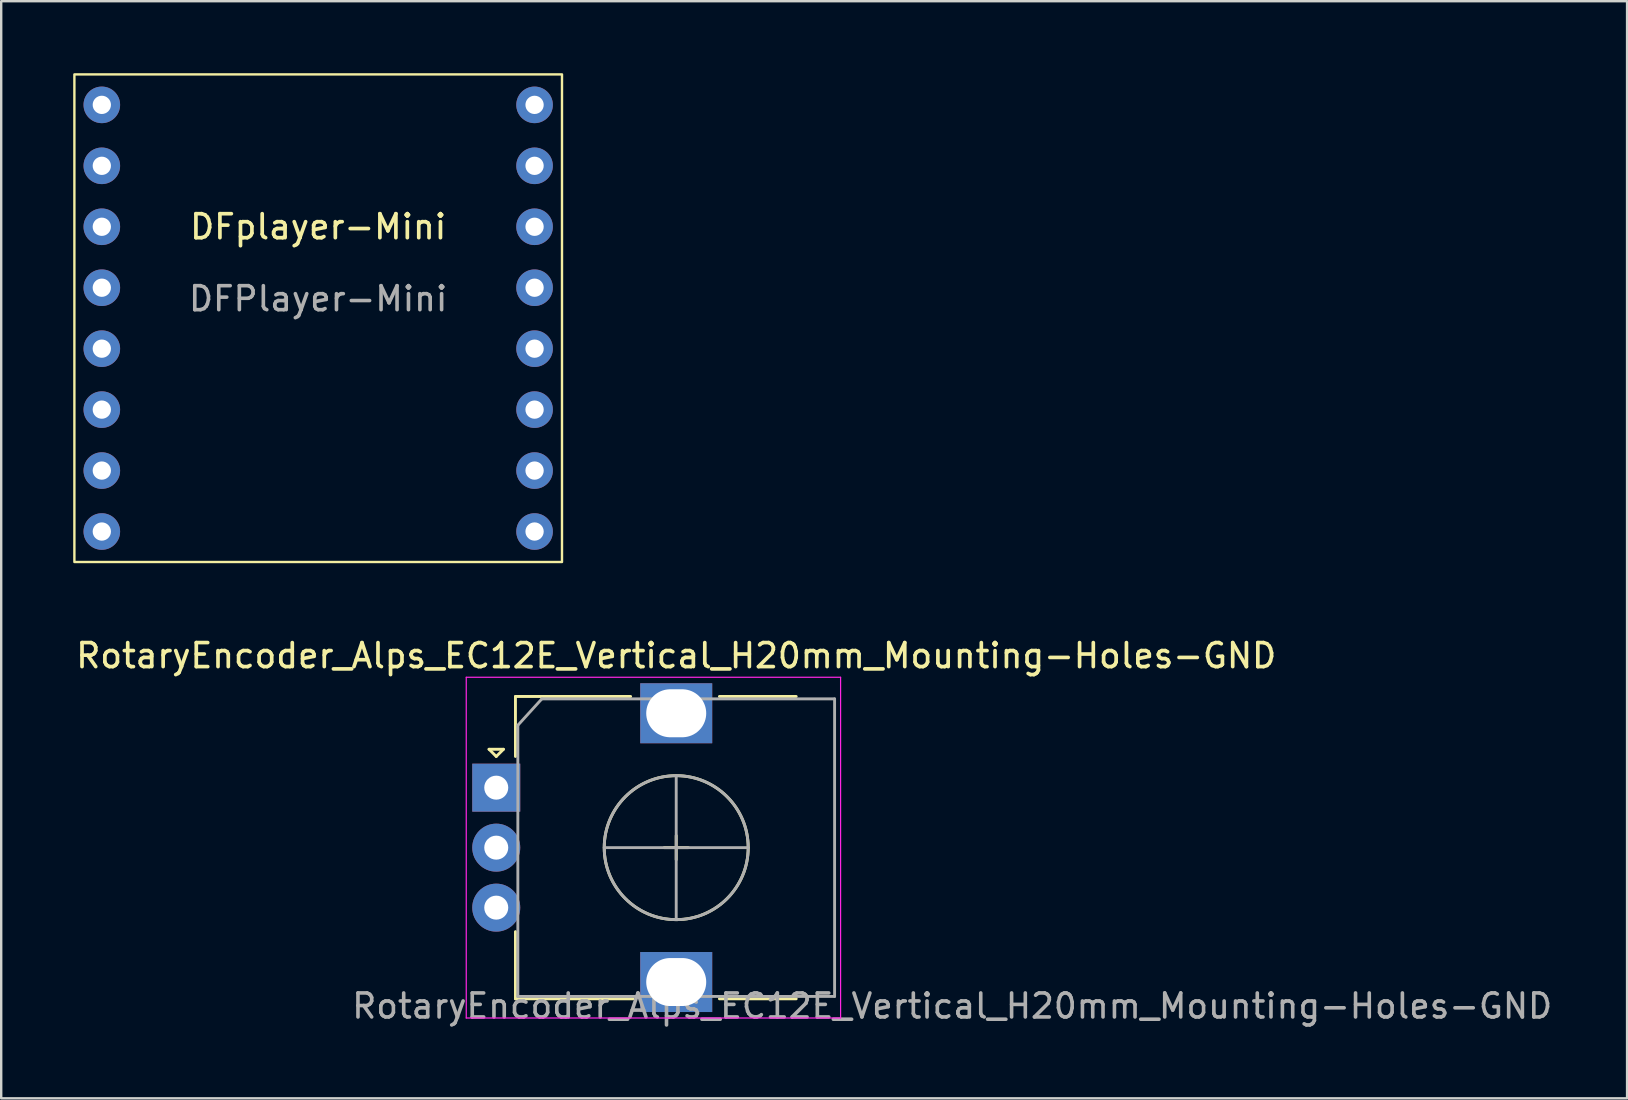
<source format=kicad_pcb>
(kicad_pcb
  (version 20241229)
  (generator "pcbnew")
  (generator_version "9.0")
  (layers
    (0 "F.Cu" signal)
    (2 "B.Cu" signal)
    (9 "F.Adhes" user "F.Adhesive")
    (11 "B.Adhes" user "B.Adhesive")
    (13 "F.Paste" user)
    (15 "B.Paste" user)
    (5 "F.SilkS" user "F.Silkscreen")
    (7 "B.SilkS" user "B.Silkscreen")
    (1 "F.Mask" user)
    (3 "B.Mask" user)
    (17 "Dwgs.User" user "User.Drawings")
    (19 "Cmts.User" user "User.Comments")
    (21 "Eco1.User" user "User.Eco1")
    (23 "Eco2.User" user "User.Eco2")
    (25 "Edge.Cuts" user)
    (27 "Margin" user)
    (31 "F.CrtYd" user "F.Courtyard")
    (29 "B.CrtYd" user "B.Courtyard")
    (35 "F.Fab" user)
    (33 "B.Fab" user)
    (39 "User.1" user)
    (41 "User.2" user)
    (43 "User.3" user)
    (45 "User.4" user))
  (footprint "RotaryEncoder_Alps_EC12E_Vertical_H20mm_Mounting-Holes-GND"
    (layer "F.Cu")
    (at 25.13 32.274)
    (property "Reference" "RotaryEncoder_Alps_EC12E_Vertical_H20mm_Mounting-Holes-GND" (at 0 -8 0) (unlocked yes) (layer "F.SilkS") (effects (font (size 1 1) (thickness 0.153))))
    (attr through_hole)
    (fp_line (start -7.8 -4.1) (end -7.2 -4.1) (stroke (width 0.12) (type solid)) (layer "F.SilkS"))
    (fp_line (start -7.5 -3.8) (end -7.8 -4.1) (stroke (width 0.12) (type solid)) (layer "F.SilkS"))
    (fp_line (start -7.2 -4.1) (end -7.5 -3.8) (stroke (width 0.12) (type solid)) (layer "F.SilkS"))
    (fp_line (start -6.7 -6.3) (end -6.7 -3.8) (stroke (width 0.12) (type solid)) (layer "F.SilkS"))
    (fp_line (start -6.7 6.3) (end -6.7 3.5) (stroke (width 0.12) (type solid)) (layer "F.SilkS"))
    (fp_line (start -1.9 -6.3) (end -6.7 -6.3) (stroke (width 0.12) (type solid)) (layer "F.SilkS"))
    (fp_line (start -1.8 6.3) (end -6.7 6.3) (stroke (width 0.12) (type solid)) (layer "F.SilkS"))
    (fp_line (start -0.5 0) (end 0.5 0) (stroke (width 0.12) (type solid)) (layer "F.SilkS"))
    (fp_line (start 0 -0.5) (end 0 0.5) (stroke (width 0.12) (type solid)) (layer "F.SilkS"))
    (fp_line (start 1.8 -6.3) (end 5 -6.3) (stroke (width 0.12) (type solid)) (layer "F.SilkS"))
    (fp_line (start 5 6.3) (end 1.8 6.3) (stroke (width 0.12) (type solid)) (layer "F.SilkS"))
    (fp_circle (center 0 0) (end 3 0) (stroke (width 0.12) (type solid)) (fill no) (layer "F.SilkS"))
    (fp_line (start -8.75 -7.1) (end -8.75 7.1) (stroke (width 0.05) (type solid)) (layer "F.CrtYd"))
    (fp_line (start -8.75 -7.1) (end 6.85 -7.1) (stroke (width 0.05) (type solid)) (layer "F.CrtYd"))
    (fp_line (start 6.85 7.1) (end -8.75 7.1) (stroke (width 0.05) (type solid)) (layer "F.CrtYd"))
    (fp_line (start 6.85 7.1) (end 6.85 -7.1) (stroke (width 0.05) (type solid)) (layer "F.CrtYd"))
    (fp_line (start -6.6 -5.1) (end -5.6 -6.2) (stroke (width 0.12) (type solid)) (layer "F.Fab"))
    (fp_line (start -6.6 6.2) (end -6.6 -5.1) (stroke (width 0.12) (type solid)) (layer "F.Fab"))
    (fp_line (start -5.6 -6.2) (end 6.6 -6.2) (stroke (width 0.12) (type solid)) (layer "F.Fab"))
    (fp_line (start -3 0) (end 3 0) (stroke (width 0.12) (type solid)) (layer "F.Fab"))
    (fp_line (start 0 -3) (end 0 3) (stroke (width 0.12) (type solid)) (layer "F.Fab"))
    (fp_line (start 6.6 -6.2) (end 6.6 6.2) (stroke (width 0.12) (type solid)) (layer "F.Fab"))
    (fp_line (start 6.6 6.2) (end -6.6 6.2) (stroke (width 0.12) (type solid)) (layer "F.Fab"))
    (fp_circle (center 0 0) (end 3 0) (stroke (width 0.12) (type solid)) (fill no) (layer "F.Fab"))
    (fp_text user "${REFERENCE}" (at 11.5 6.6 0) (layer "F.Fab") (effects (font (size 1 1) (thickness 0.15))))
    (pad "A" thru_hole rect (at -7.5 -2.5) (size 2 2) (drill 1) (layers "*.Cu" "*.Mask"))
    (pad "B" thru_hole circle (at -7.5 2.5) (size 2 2) (drill 1) (layers "*.Cu" "*.Mask"))
    (pad "C" thru_hole circle (at -7.5 0) (size 2 2) (drill 1) (layers "*.Cu" "*.Mask"))
    (pad "C" thru_hole rect (at 0 -5.6) (size 3 2.5) (drill oval 2.5 2) (layers "*.Cu" "*.Mask"))
    (pad "C" thru_hole rect (at 0 5.6) (size 3 2.5) (drill oval 2.5 2) (layers "*.Cu" "*.Mask")))
  (footprint "DFplayer-Mini"
    (layer "F.Cu")
    (at 10.21 10.21)
    (property "Reference" "DFplayer-Mini" (at 0 -3.81 0) (unlocked yes) (layer "F.SilkS") (effects (font (size 1 1) (thickness 0.153))))
    (attr through_hole)
    (fp_rect (start -10.16 -10.16) (end 10.16 10.16) (stroke (width 0.1) (type default)) (fill no) (layer "F.SilkS"))
    (fp_text user "DFPlayer-Mini" (at 0 -0.81 0) (unlocked yes) (layer "F.Fab") (effects (font (size 1 1) (thickness 0.15))))
    (pad "1" thru_hole circle (at -9.017 -8.89) (size 1.524 1.524) (drill 0.762) (layers "*.Cu" "*.Mask"))
    (pad "2" thru_hole circle (at -9.017 -6.35) (size 1.524 1.524) (drill 0.762) (layers "*.Cu" "*.Mask"))
    (pad "3" thru_hole circle (at -9.017 -3.81) (size 1.524 1.524) (drill 0.762) (layers "*.Cu" "*.Mask"))
    (pad "4" thru_hole circle (at -9.017 -1.27) (size 1.524 1.524) (drill 0.762) (layers "*.Cu" "*.Mask"))
    (pad "5" thru_hole circle (at -9.017 1.27) (size 1.524 1.524) (drill 0.762) (layers "*.Cu" "*.Mask"))
    (pad "6" thru_hole circle (at -9.017 3.81) (size 1.524 1.524) (drill 0.762) (layers "*.Cu" "*.Mask"))
    (pad "7" thru_hole circle (at -9.017 6.35) (size 1.524 1.524) (drill 0.762) (layers "*.Cu" "*.Mask"))
    (pad "8" thru_hole circle (at -9.017 8.89) (size 1.524 1.524) (drill 0.762) (layers "*.Cu" "*.Mask"))
    (pad "9" thru_hole circle (at 9.017 8.89) (size 1.524 1.524) (drill 0.762) (layers "*.Cu" "*.Mask"))
    (pad "10" thru_hole circle (at 9.017 6.35) (size 1.524 1.524) (drill 0.762) (layers "*.Cu" "*.Mask"))
    (pad "11" thru_hole circle (at 9.017 3.81) (size 1.524 1.524) (drill 0.762) (layers "*.Cu" "*.Mask"))
    (pad "12" thru_hole circle (at 9.017 1.27) (size 1.524 1.524) (drill 0.762) (layers "*.Cu" "*.Mask"))
    (pad "13" thru_hole circle (at 9.017 -1.27) (size 1.524 1.524) (drill 0.762) (layers "*.Cu" "*.Mask"))
    (pad "14" thru_hole circle (at 9.017 -3.81) (size 1.524 1.524) (drill 0.762) (layers "*.Cu" "*.Mask"))
    (pad "15" thru_hole circle (at 9.017 -6.35) (size 1.524 1.524) (drill 0.762) (layers "*.Cu" "*.Mask"))
    (pad "16" thru_hole circle (at 9.017 -8.89) (size 1.524 1.524) (drill 0.762) (layers "*.Cu" "*.Mask")))
  (gr_rect
    (start -3 -3)
    (end 64.755 42.722)
    (stroke (width 0.1) (type default))
    (fill no)
    (layer "Edge.Cuts")))
</source>
